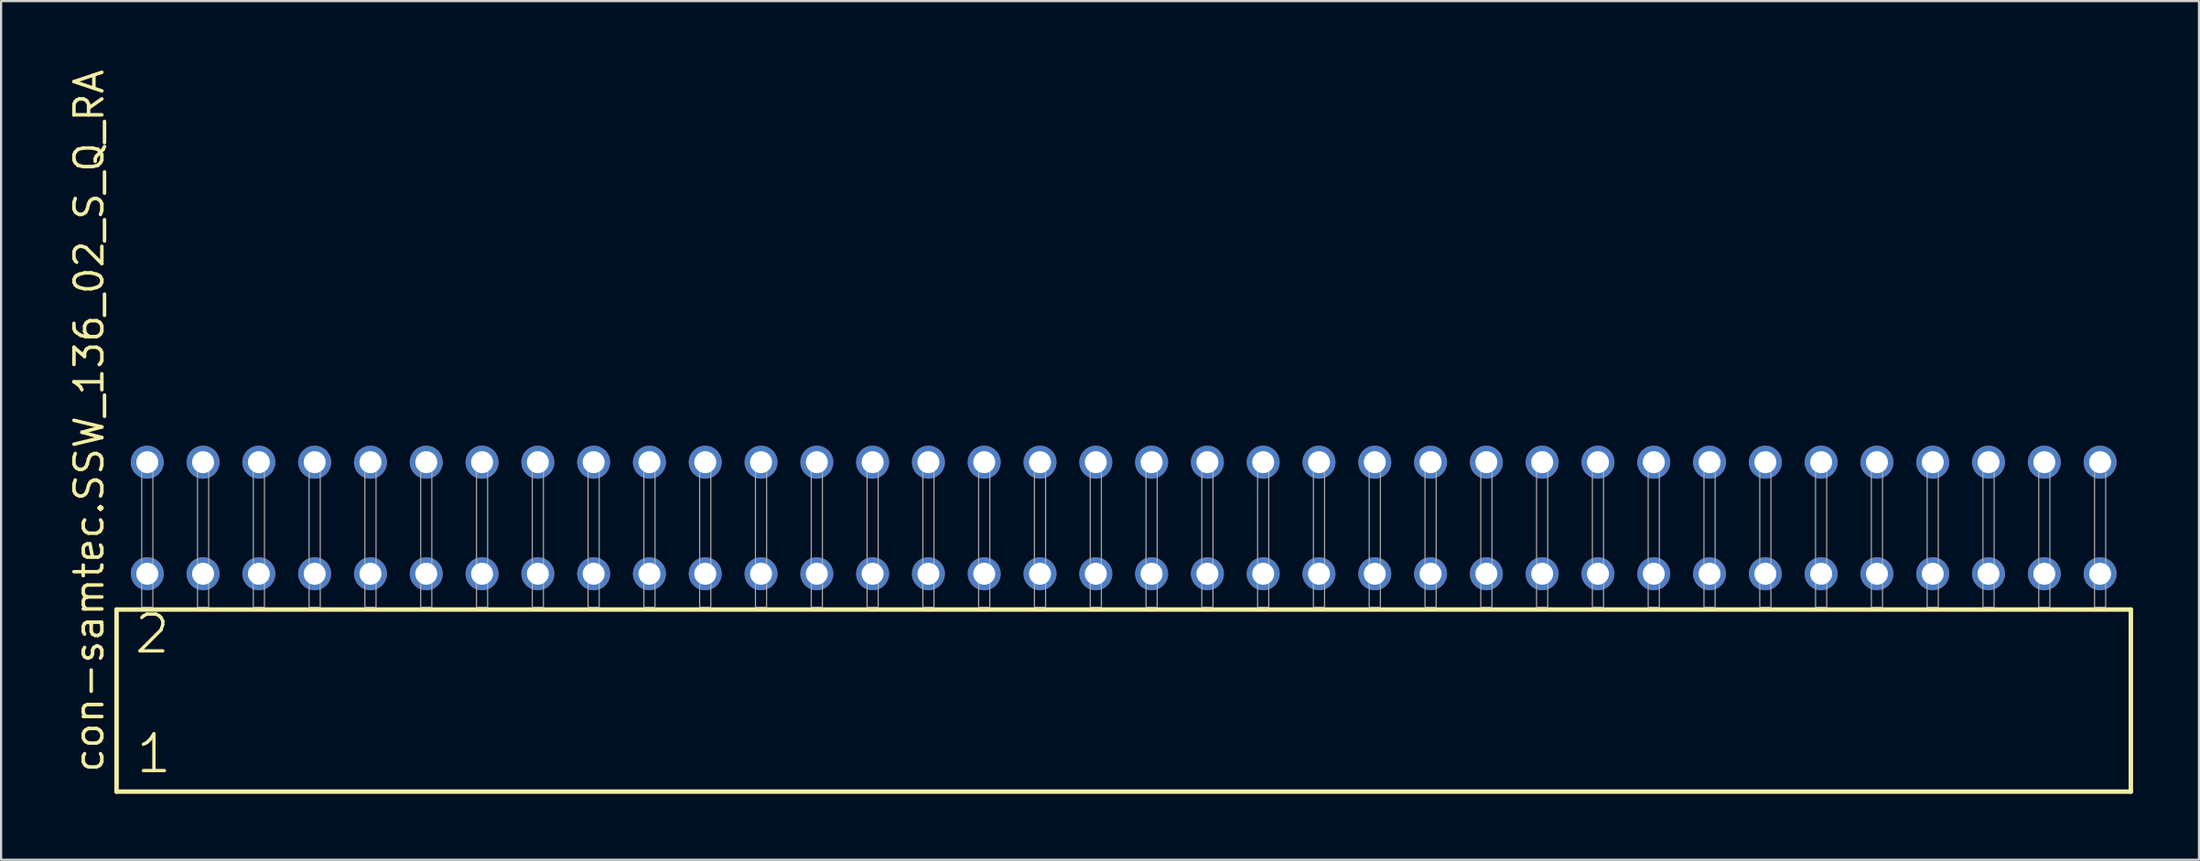
<source format=kicad_pcb>
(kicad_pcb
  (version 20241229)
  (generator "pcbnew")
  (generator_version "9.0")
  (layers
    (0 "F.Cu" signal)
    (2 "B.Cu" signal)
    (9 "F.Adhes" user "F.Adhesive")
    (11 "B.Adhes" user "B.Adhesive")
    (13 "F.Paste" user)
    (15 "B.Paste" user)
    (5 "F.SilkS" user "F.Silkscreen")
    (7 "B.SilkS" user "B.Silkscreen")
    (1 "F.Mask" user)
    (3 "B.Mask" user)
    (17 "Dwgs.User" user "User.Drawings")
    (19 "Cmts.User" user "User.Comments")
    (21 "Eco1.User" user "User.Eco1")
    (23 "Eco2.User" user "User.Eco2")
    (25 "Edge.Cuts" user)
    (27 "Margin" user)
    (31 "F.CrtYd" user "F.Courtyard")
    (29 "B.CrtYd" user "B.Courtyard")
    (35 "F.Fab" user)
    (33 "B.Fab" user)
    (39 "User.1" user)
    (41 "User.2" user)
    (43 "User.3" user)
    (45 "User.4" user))
  (footprint "con-samtec.SSW_136_02_S_Q_RA"
    (layer "F.Cu")
    (at 48.105 24.598)
    (property "Reference" "con-samtec.SSW_136_02_S_Q_RA" (at -46.355 7.62 90) (layer "F.SilkS") (effects (font (size 1.27 1.27) (thickness 0.16)) (justify left bottom)))
    (attr through_hole)
    (fp_line (start -45.849 0.106) (end -45.849 8.396) (stroke (width 0.203) (type default)) (layer "F.SilkS"))
    (fp_line (start -45.849 8.396) (end 45.849 8.396) (stroke (width 0.203) (type default)) (layer "F.SilkS"))
    (fp_line (start 45.849 0.106) (end -45.849 0.106) (stroke (width 0.203) (type default)) (layer "F.SilkS"))
    (fp_line (start 45.849 8.396) (end 45.849 0.106) (stroke (width 0.203) (type default)) (layer "F.SilkS"))
    (fp_rect (start -44.704 0) (end -44.196 -6.858) (stroke (width 0.05) (type default)) (fill no) (layer "F.Fab"))
    (fp_rect (start -42.164 0) (end -41.656 -6.858) (stroke (width 0.05) (type default)) (fill no) (layer "F.Fab"))
    (fp_rect (start -39.624 0) (end -39.116 -6.858) (stroke (width 0.05) (type default)) (fill no) (layer "F.Fab"))
    (fp_rect (start -37.084 0) (end -36.576 -6.858) (stroke (width 0.05) (type default)) (fill no) (layer "F.Fab"))
    (fp_rect (start -34.544 0) (end -34.036 -6.858) (stroke (width 0.05) (type default)) (fill no) (layer "F.Fab"))
    (fp_rect (start -32.004 0) (end -31.496 -6.858) (stroke (width 0.05) (type default)) (fill no) (layer "F.Fab"))
    (fp_rect (start -29.464 0) (end -28.956 -6.858) (stroke (width 0.05) (type default)) (fill no) (layer "F.Fab"))
    (fp_rect (start -26.924 0) (end -26.416 -6.858) (stroke (width 0.05) (type default)) (fill no) (layer "F.Fab"))
    (fp_rect (start -24.384 0) (end -23.876 -6.858) (stroke (width 0.05) (type default)) (fill no) (layer "F.Fab"))
    (fp_rect (start -21.844 0) (end -21.336 -6.858) (stroke (width 0.05) (type default)) (fill no) (layer "F.Fab"))
    (fp_rect (start -19.304 0) (end -18.796 -6.858) (stroke (width 0.05) (type default)) (fill no) (layer "F.Fab"))
    (fp_rect (start -16.764 0) (end -16.256 -6.858) (stroke (width 0.05) (type default)) (fill no) (layer "F.Fab"))
    (fp_rect (start -14.224 0) (end -13.716 -6.858) (stroke (width 0.05) (type default)) (fill no) (layer "F.Fab"))
    (fp_rect (start -11.684 0) (end -11.176 -6.858) (stroke (width 0.05) (type default)) (fill no) (layer "F.Fab"))
    (fp_rect (start -9.144 0) (end -8.636 -6.858) (stroke (width 0.05) (type default)) (fill no) (layer "F.Fab"))
    (fp_rect (start -6.604 0) (end -6.096 -6.858) (stroke (width 0.05) (type default)) (fill no) (layer "F.Fab"))
    (fp_rect (start -4.064 0) (end -3.556 -6.858) (stroke (width 0.05) (type default)) (fill no) (layer "F.Fab"))
    (fp_rect (start -1.524 0) (end -1.016 -6.858) (stroke (width 0.05) (type default)) (fill no) (layer "F.Fab"))
    (fp_rect (start 1.016 0) (end 1.524 -6.858) (stroke (width 0.05) (type default)) (fill no) (layer "F.Fab"))
    (fp_rect (start 3.556 0) (end 4.064 -6.858) (stroke (width 0.05) (type default)) (fill no) (layer "F.Fab"))
    (fp_rect (start 6.096 0) (end 6.604 -6.858) (stroke (width 0.05) (type default)) (fill no) (layer "F.Fab"))
    (fp_rect (start 8.636 0) (end 9.144 -6.858) (stroke (width 0.05) (type default)) (fill no) (layer "F.Fab"))
    (fp_rect (start 11.176 0) (end 11.684 -6.858) (stroke (width 0.05) (type default)) (fill no) (layer "F.Fab"))
    (fp_rect (start 13.716 0) (end 14.224 -6.858) (stroke (width 0.05) (type default)) (fill no) (layer "F.Fab"))
    (fp_rect (start 16.256 0) (end 16.764 -6.858) (stroke (width 0.05) (type default)) (fill no) (layer "F.Fab"))
    (fp_rect (start 18.796 0) (end 19.304 -6.858) (stroke (width 0.05) (type default)) (fill no) (layer "F.Fab"))
    (fp_rect (start 21.336 0) (end 21.844 -6.858) (stroke (width 0.05) (type default)) (fill no) (layer "F.Fab"))
    (fp_rect (start 23.876 0) (end 24.384 -6.858) (stroke (width 0.05) (type default)) (fill no) (layer "F.Fab"))
    (fp_rect (start 26.416 0) (end 26.924 -6.858) (stroke (width 0.05) (type default)) (fill no) (layer "F.Fab"))
    (fp_rect (start 28.956 0) (end 29.464 -6.858) (stroke (width 0.05) (type default)) (fill no) (layer "F.Fab"))
    (fp_rect (start 31.496 0) (end 32.004 -6.858) (stroke (width 0.05) (type default)) (fill no) (layer "F.Fab"))
    (fp_rect (start 34.036 0) (end 34.544 -6.858) (stroke (width 0.05) (type default)) (fill no) (layer "F.Fab"))
    (fp_rect (start 36.576 0) (end 37.084 -6.858) (stroke (width 0.05) (type default)) (fill no) (layer "F.Fab"))
    (fp_rect (start 39.116 0) (end 39.624 -6.858) (stroke (width 0.05) (type default)) (fill no) (layer "F.Fab"))
    (fp_rect (start 41.656 0) (end 42.164 -6.858) (stroke (width 0.05) (type default)) (fill no) (layer "F.Fab"))
    (fp_rect (start 44.196 0) (end 44.704 -6.858) (stroke (width 0.05) (type default)) (fill no) (layer "F.Fab"))
    (fp_text user "1" (at -45.045 7.65 0) (layer "F.SilkS") (effects (font (size 1.676 1.676) (thickness 0.15)) (justify left bottom)))
    (fp_text user "2" (at -45.12 2.2 0) (layer "F.SilkS") (effects (font (size 1.676 1.676) (thickness 0.15)) (justify left bottom)))
    (pad "1" thru_hole circle (at -44.45 -1.524) (size 1.5 1.5) (drill 1) (layers "*.Cu" "*.Mask"))
    (pad "2" thru_hole circle (at -44.45 -6.604) (size 1.5 1.5) (drill 1) (layers "*.Cu" "*.Mask"))
    (pad "3" thru_hole circle (at -41.91 -1.524) (size 1.5 1.5) (drill 1) (layers "*.Cu" "*.Mask"))
    (pad "4" thru_hole circle (at -41.91 -6.604) (size 1.5 1.5) (drill 1) (layers "*.Cu" "*.Mask"))
    (pad "5" thru_hole circle (at -39.37 -1.524) (size 1.5 1.5) (drill 1) (layers "*.Cu" "*.Mask"))
    (pad "6" thru_hole circle (at -39.37 -6.604) (size 1.5 1.5) (drill 1) (layers "*.Cu" "*.Mask"))
    (pad "7" thru_hole circle (at -36.83 -1.524) (size 1.5 1.5) (drill 1) (layers "*.Cu" "*.Mask"))
    (pad "8" thru_hole circle (at -36.83 -6.604) (size 1.5 1.5) (drill 1) (layers "*.Cu" "*.Mask"))
    (pad "9" thru_hole circle (at -34.29 -1.524) (size 1.5 1.5) (drill 1) (layers "*.Cu" "*.Mask"))
    (pad "10" thru_hole circle (at -34.29 -6.604) (size 1.5 1.5) (drill 1) (layers "*.Cu" "*.Mask"))
    (pad "11" thru_hole circle (at -31.75 -1.524) (size 1.5 1.5) (drill 1) (layers "*.Cu" "*.Mask"))
    (pad "12" thru_hole circle (at -31.75 -6.604) (size 1.5 1.5) (drill 1) (layers "*.Cu" "*.Mask"))
    (pad "13" thru_hole circle (at -29.21 -1.524) (size 1.5 1.5) (drill 1) (layers "*.Cu" "*.Mask"))
    (pad "14" thru_hole circle (at -29.21 -6.604) (size 1.5 1.5) (drill 1) (layers "*.Cu" "*.Mask"))
    (pad "15" thru_hole circle (at -26.67 -1.524) (size 1.5 1.5) (drill 1) (layers "*.Cu" "*.Mask"))
    (pad "16" thru_hole circle (at -26.67 -6.604) (size 1.5 1.5) (drill 1) (layers "*.Cu" "*.Mask"))
    (pad "17" thru_hole circle (at -24.13 -1.524) (size 1.5 1.5) (drill 1) (layers "*.Cu" "*.Mask"))
    (pad "18" thru_hole circle (at -24.13 -6.604) (size 1.5 1.5) (drill 1) (layers "*.Cu" "*.Mask"))
    (pad "19" thru_hole circle (at -21.59 -1.524) (size 1.5 1.5) (drill 1) (layers "*.Cu" "*.Mask"))
    (pad "20" thru_hole circle (at -21.59 -6.604) (size 1.5 1.5) (drill 1) (layers "*.Cu" "*.Mask"))
    (pad "21" thru_hole circle (at -19.05 -1.524) (size 1.5 1.5) (drill 1) (layers "*.Cu" "*.Mask"))
    (pad "22" thru_hole circle (at -19.05 -6.604) (size 1.5 1.5) (drill 1) (layers "*.Cu" "*.Mask"))
    (pad "23" thru_hole circle (at -16.51 -1.524) (size 1.5 1.5) (drill 1) (layers "*.Cu" "*.Mask"))
    (pad "24" thru_hole circle (at -16.51 -6.604) (size 1.5 1.5) (drill 1) (layers "*.Cu" "*.Mask"))
    (pad "25" thru_hole circle (at -13.97 -1.524) (size 1.5 1.5) (drill 1) (layers "*.Cu" "*.Mask"))
    (pad "26" thru_hole circle (at -13.97 -6.604) (size 1.5 1.5) (drill 1) (layers "*.Cu" "*.Mask"))
    (pad "27" thru_hole circle (at -11.43 -1.524) (size 1.5 1.5) (drill 1) (layers "*.Cu" "*.Mask"))
    (pad "28" thru_hole circle (at -11.43 -6.604) (size 1.5 1.5) (drill 1) (layers "*.Cu" "*.Mask"))
    (pad "29" thru_hole circle (at -8.89 -1.524) (size 1.5 1.5) (drill 1) (layers "*.Cu" "*.Mask"))
    (pad "30" thru_hole circle (at -8.89 -6.604) (size 1.5 1.5) (drill 1) (layers "*.Cu" "*.Mask"))
    (pad "31" thru_hole circle (at -6.35 -1.524) (size 1.5 1.5) (drill 1) (layers "*.Cu" "*.Mask"))
    (pad "32" thru_hole circle (at -6.35 -6.604) (size 1.5 1.5) (drill 1) (layers "*.Cu" "*.Mask"))
    (pad "33" thru_hole circle (at -3.81 -1.524) (size 1.5 1.5) (drill 1) (layers "*.Cu" "*.Mask"))
    (pad "34" thru_hole circle (at -3.81 -6.604) (size 1.5 1.5) (drill 1) (layers "*.Cu" "*.Mask"))
    (pad "35" thru_hole circle (at -1.27 -1.524) (size 1.5 1.5) (drill 1) (layers "*.Cu" "*.Mask"))
    (pad "36" thru_hole circle (at -1.27 -6.604) (size 1.5 1.5) (drill 1) (layers "*.Cu" "*.Mask"))
    (pad "37" thru_hole circle (at 1.27 -1.524) (size 1.5 1.5) (drill 1) (layers "*.Cu" "*.Mask"))
    (pad "38" thru_hole circle (at 1.27 -6.604) (size 1.5 1.5) (drill 1) (layers "*.Cu" "*.Mask"))
    (pad "39" thru_hole circle (at 3.81 -1.524) (size 1.5 1.5) (drill 1) (layers "*.Cu" "*.Mask"))
    (pad "40" thru_hole circle (at 3.81 -6.604) (size 1.5 1.5) (drill 1) (layers "*.Cu" "*.Mask"))
    (pad "41" thru_hole circle (at 6.35 -1.524) (size 1.5 1.5) (drill 1) (layers "*.Cu" "*.Mask"))
    (pad "42" thru_hole circle (at 6.35 -6.604) (size 1.5 1.5) (drill 1) (layers "*.Cu" "*.Mask"))
    (pad "43" thru_hole circle (at 8.89 -1.524) (size 1.5 1.5) (drill 1) (layers "*.Cu" "*.Mask"))
    (pad "44" thru_hole circle (at 8.89 -6.604) (size 1.5 1.5) (drill 1) (layers "*.Cu" "*.Mask"))
    (pad "45" thru_hole circle (at 11.43 -1.524) (size 1.5 1.5) (drill 1) (layers "*.Cu" "*.Mask"))
    (pad "46" thru_hole circle (at 11.43 -6.604) (size 1.5 1.5) (drill 1) (layers "*.Cu" "*.Mask"))
    (pad "47" thru_hole circle (at 13.97 -1.524) (size 1.5 1.5) (drill 1) (layers "*.Cu" "*.Mask"))
    (pad "48" thru_hole circle (at 13.97 -6.604) (size 1.5 1.5) (drill 1) (layers "*.Cu" "*.Mask"))
    (pad "49" thru_hole circle (at 16.51 -1.524) (size 1.5 1.5) (drill 1) (layers "*.Cu" "*.Mask"))
    (pad "50" thru_hole circle (at 16.51 -6.604) (size 1.5 1.5) (drill 1) (layers "*.Cu" "*.Mask"))
    (pad "51" thru_hole circle (at 19.05 -1.524) (size 1.5 1.5) (drill 1) (layers "*.Cu" "*.Mask"))
    (pad "52" thru_hole circle (at 19.05 -6.604) (size 1.5 1.5) (drill 1) (layers "*.Cu" "*.Mask"))
    (pad "53" thru_hole circle (at 21.59 -1.524) (size 1.5 1.5) (drill 1) (layers "*.Cu" "*.Mask"))
    (pad "54" thru_hole circle (at 21.59 -6.604) (size 1.5 1.5) (drill 1) (layers "*.Cu" "*.Mask"))
    (pad "55" thru_hole circle (at 24.13 -1.524) (size 1.5 1.5) (drill 1) (layers "*.Cu" "*.Mask"))
    (pad "56" thru_hole circle (at 24.13 -6.604) (size 1.5 1.5) (drill 1) (layers "*.Cu" "*.Mask"))
    (pad "57" thru_hole circle (at 26.67 -1.524) (size 1.5 1.5) (drill 1) (layers "*.Cu" "*.Mask"))
    (pad "58" thru_hole circle (at 26.67 -6.604) (size 1.5 1.5) (drill 1) (layers "*.Cu" "*.Mask"))
    (pad "59" thru_hole circle (at 29.21 -1.524) (size 1.5 1.5) (drill 1) (layers "*.Cu" "*.Mask"))
    (pad "60" thru_hole circle (at 29.21 -6.604) (size 1.5 1.5) (drill 1) (layers "*.Cu" "*.Mask"))
    (pad "61" thru_hole circle (at 31.75 -1.524) (size 1.5 1.5) (drill 1) (layers "*.Cu" "*.Mask"))
    (pad "62" thru_hole circle (at 31.75 -6.604) (size 1.5 1.5) (drill 1) (layers "*.Cu" "*.Mask"))
    (pad "63" thru_hole circle (at 34.29 -1.524) (size 1.5 1.5) (drill 1) (layers "*.Cu" "*.Mask"))
    (pad "64" thru_hole circle (at 34.29 -6.604) (size 1.5 1.5) (drill 1) (layers "*.Cu" "*.Mask"))
    (pad "65" thru_hole circle (at 36.83 -1.524) (size 1.5 1.5) (drill 1) (layers "*.Cu" "*.Mask"))
    (pad "66" thru_hole circle (at 36.83 -6.604) (size 1.5 1.5) (drill 1) (layers "*.Cu" "*.Mask"))
    (pad "67" thru_hole circle (at 39.37 -1.524) (size 1.5 1.5) (drill 1) (layers "*.Cu" "*.Mask"))
    (pad "68" thru_hole circle (at 39.37 -6.604) (size 1.5 1.5) (drill 1) (layers "*.Cu" "*.Mask"))
    (pad "69" thru_hole circle (at 41.91 -1.524) (size 1.5 1.5) (drill 1) (layers "*.Cu" "*.Mask"))
    (pad "70" thru_hole circle (at 41.91 -6.604) (size 1.5 1.5) (drill 1) (layers "*.Cu" "*.Mask"))
    (pad "71" thru_hole circle (at 44.45 -1.524) (size 1.5 1.5) (drill 1) (layers "*.Cu" "*.Mask"))
    (pad "72" thru_hole circle (at 44.45 -6.604) (size 1.5 1.5) (drill 1) (layers "*.Cu" "*.Mask")))
  (gr_rect
    (start -3 -3)
    (end 97.056 36.096)
    (stroke (width 0.1) (type default))
    (fill no)
    (layer "Edge.Cuts")))
</source>
